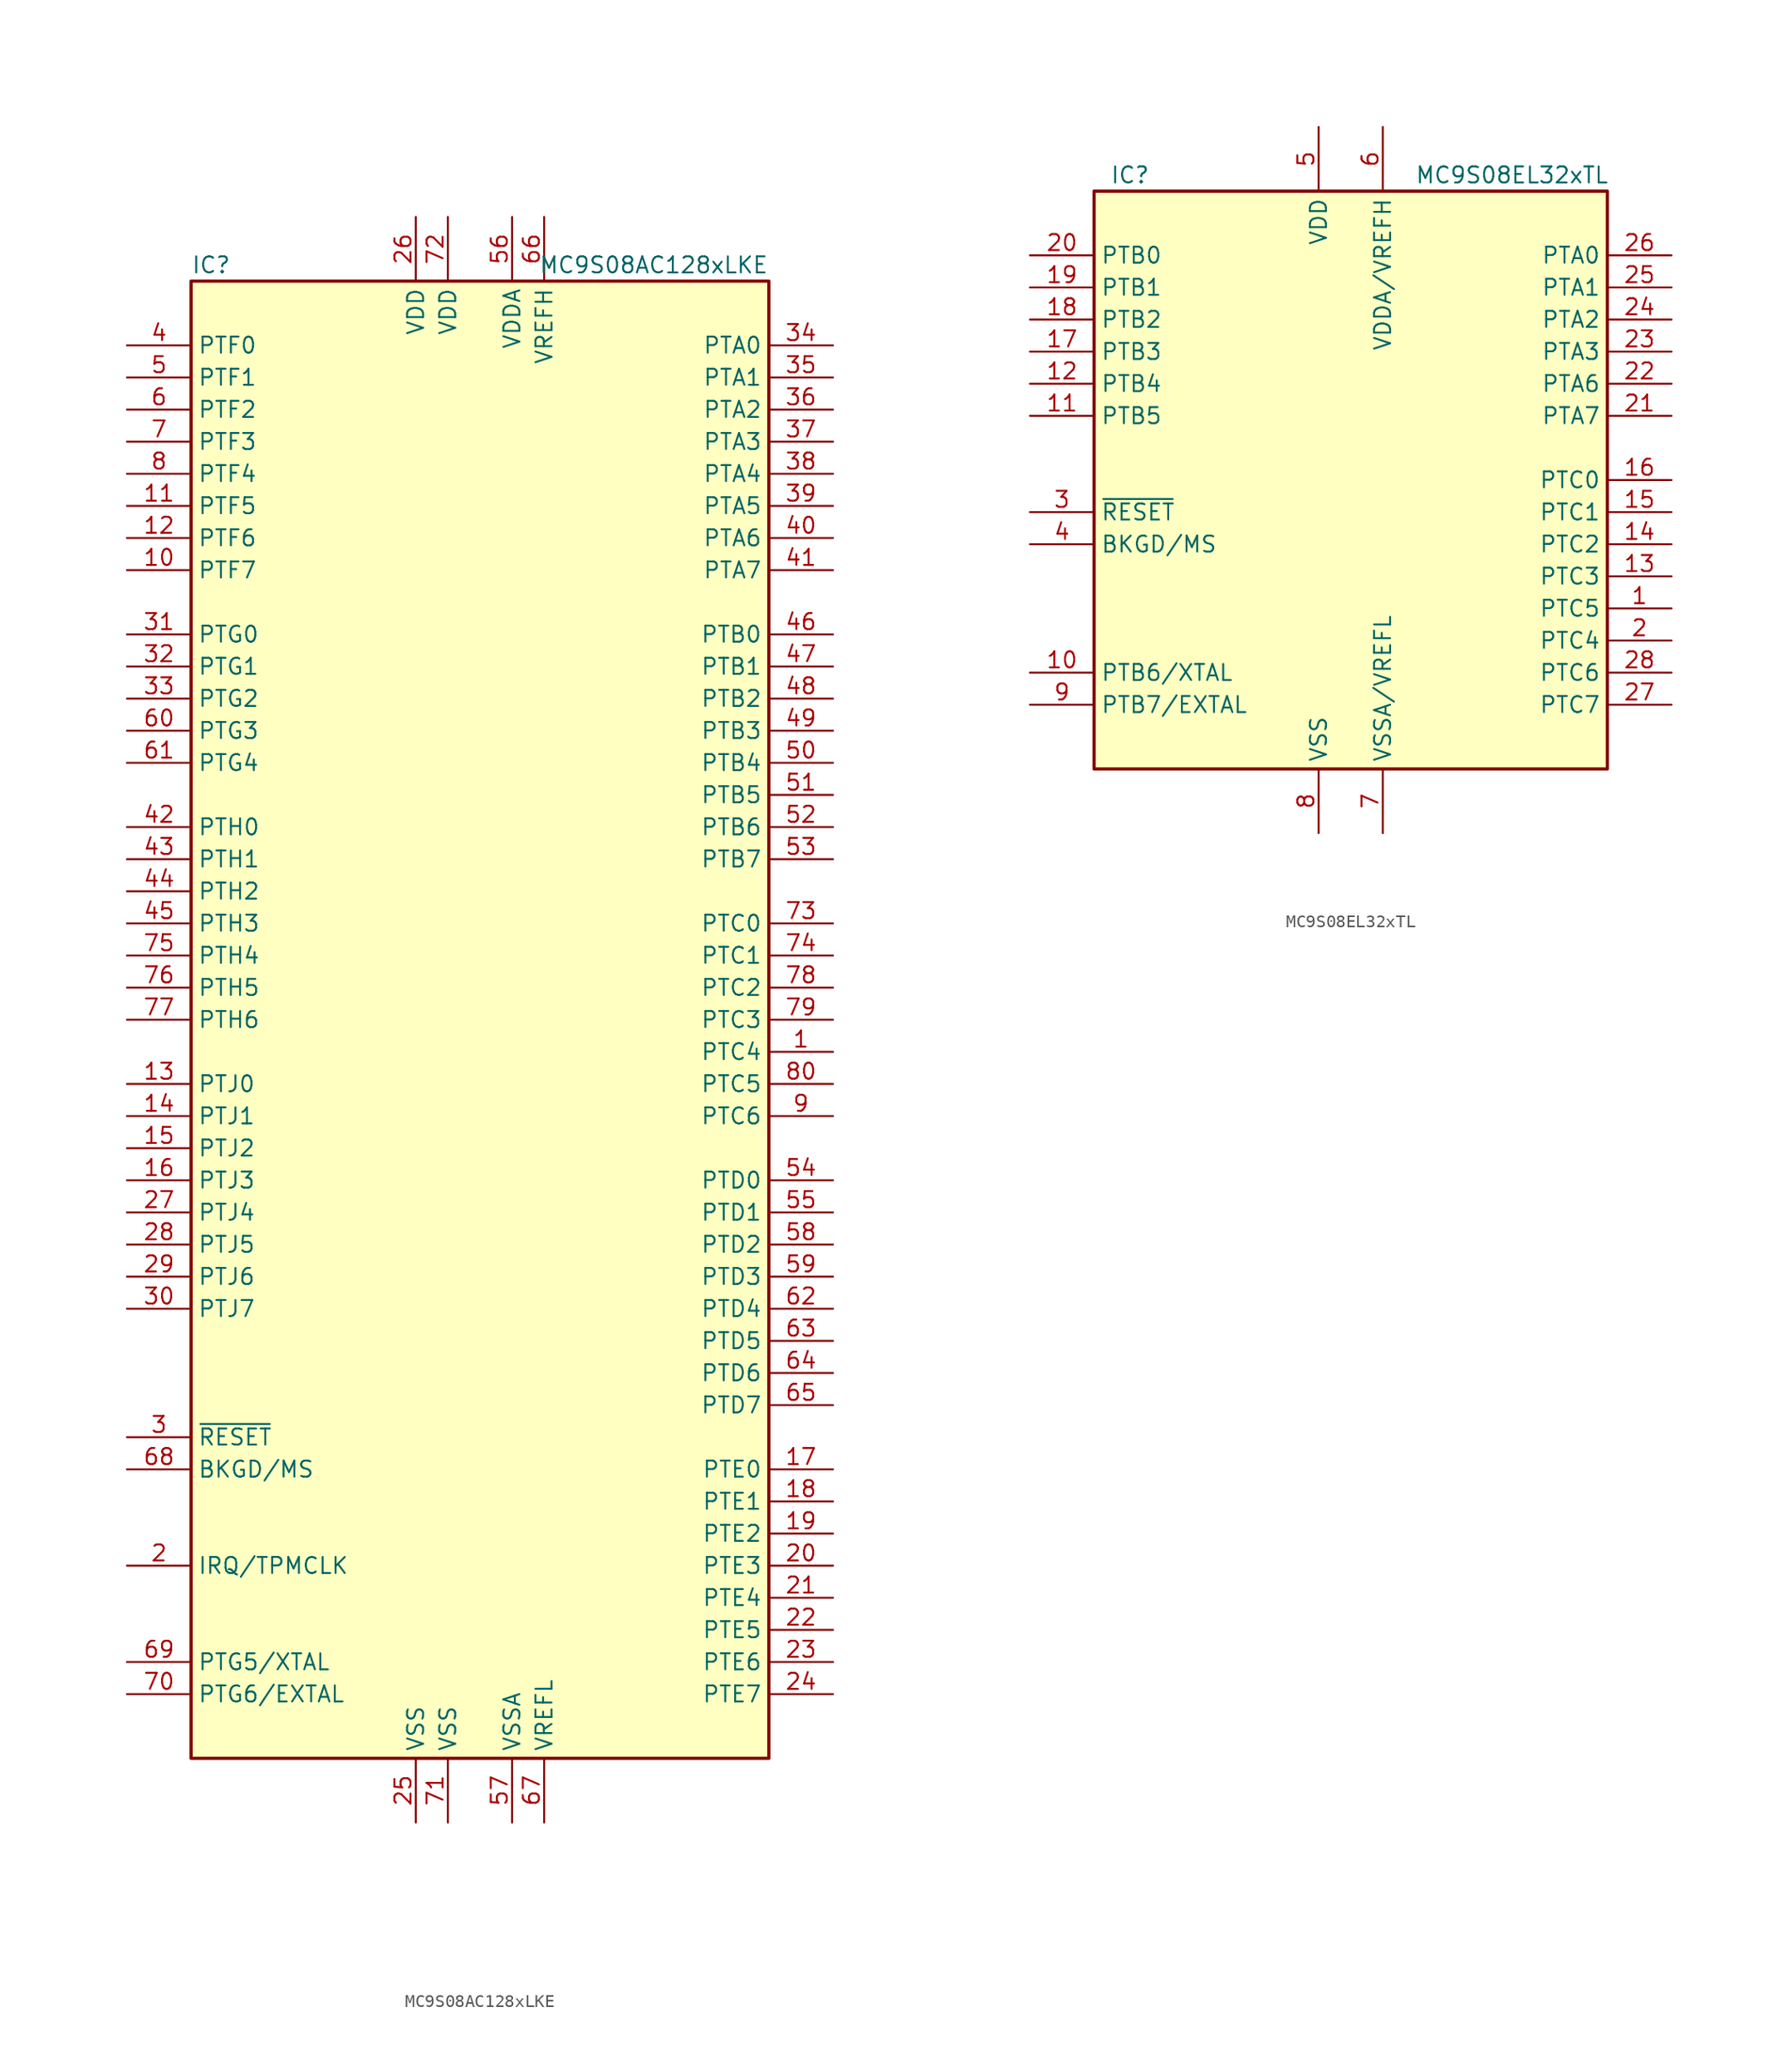
<source format=kicad_sym>
(kicad_symbol_lib
  (version 20231120)
  (generator "kicad_symbol_editor")
  (generator_version "8.0")
  (symbol "MC9S08AC128xLKE"
    (property "Reference" "IC"
      (at -22.86 59.69 0)
      (effects (font (size 1.27 1.27)) (justify left)))
    (property "Value" "MC9S08AC128xLKE"
      (at 22.86 59.69 0)
      (effects (font (size 1.27 1.27)) (justify right)))
    (symbol "MC9S08AC128xLKE_0_1"
      (rectangle (start -22.86 58.42) (end 22.86 -58.42) (stroke (width 0.254) (type default)) (fill (type background))))
    (symbol "MC9S08AC128xLKE_1_1"
      (pin bidirectional line (at 27.94 -2.54 180) (length 5.08) (name "PTC4" (effects (font (size 1.27 1.27)))) (number "1" (effects (font (size 1.27 1.27)))))
      (pin bidirectional line (at -27.94 35.56 0) (length 5.08) (name "PTF7" (effects (font (size 1.27 1.27)))) (number "10" (effects (font (size 1.27 1.27)))))
      (pin bidirectional line (at -27.94 40.64 0) (length 5.08) (name "PTF5" (effects (font (size 1.27 1.27)))) (number "11" (effects (font (size 1.27 1.27)))))
      (pin bidirectional line (at -27.94 38.1 0) (length 5.08) (name "PTF6" (effects (font (size 1.27 1.27)))) (number "12" (effects (font (size 1.27 1.27)))))
      (pin bidirectional line (at -27.94 -5.08 0) (length 5.08) (name "PTJ0" (effects (font (size 1.27 1.27)))) (number "13" (effects (font (size 1.27 1.27)))))
      (pin bidirectional line (at -27.94 -7.62 0) (length 5.08) (name "PTJ1" (effects (font (size 1.27 1.27)))) (number "14" (effects (font (size 1.27 1.27)))))
      (pin bidirectional line (at -27.94 -10.16 0) (length 5.08) (name "PTJ2" (effects (font (size 1.27 1.27)))) (number "15" (effects (font (size 1.27 1.27)))))
      (pin bidirectional line (at -27.94 -12.7 0) (length 5.08) (name "PTJ3" (effects (font (size 1.27 1.27)))) (number "16" (effects (font (size 1.27 1.27)))))
      (pin bidirectional line (at 27.94 -35.56 180) (length 5.08) (name "PTE0" (effects (font (size 1.27 1.27)))) (number "17" (effects (font (size 1.27 1.27)))))
      (pin bidirectional line (at 27.94 -38.1 180) (length 5.08) (name "PTE1" (effects (font (size 1.27 1.27)))) (number "18" (effects (font (size 1.27 1.27)))))
      (pin bidirectional line (at 27.94 -40.64 180) (length 5.08) (name "PTE2" (effects (font (size 1.27 1.27)))) (number "19" (effects (font (size 1.27 1.27)))))
      (pin input line (at -27.94 -43.18 0) (length 5.08) (name "IRQ/TPMCLK" (effects (font (size 1.27 1.27)))) (number "2" (effects (font (size 1.27 1.27)))))
      (pin bidirectional line (at 27.94 -43.18 180) (length 5.08) (name "PTE3" (effects (font (size 1.27 1.27)))) (number "20" (effects (font (size 1.27 1.27)))))
      (pin bidirectional line (at 27.94 -45.72 180) (length 5.08) (name "PTE4" (effects (font (size 1.27 1.27)))) (number "21" (effects (font (size 1.27 1.27)))))
      (pin bidirectional line (at 27.94 -48.26 180) (length 5.08) (name "PTE5" (effects (font (size 1.27 1.27)))) (number "22" (effects (font (size 1.27 1.27)))))
      (pin bidirectional line (at 27.94 -50.8 180) (length 5.08) (name "PTE6" (effects (font (size 1.27 1.27)))) (number "23" (effects (font (size 1.27 1.27)))))
      (pin bidirectional line (at 27.94 -53.34 180) (length 5.08) (name "PTE7" (effects (font (size 1.27 1.27)))) (number "24" (effects (font (size 1.27 1.27)))))
      (pin power_in line (at -5.08 -63.5 90) (length 5.08) (name "VSS" (effects (font (size 1.27 1.27)))) (number "25" (effects (font (size 1.27 1.27)))))
      (pin power_in line (at -5.08 63.5 270) (length 5.08) (name "VDD" (effects (font (size 1.27 1.27)))) (number "26" (effects (font (size 1.27 1.27)))))
      (pin bidirectional line (at -27.94 -15.24 0) (length 5.08) (name "PTJ4" (effects (font (size 1.27 1.27)))) (number "27" (effects (font (size 1.27 1.27)))))
      (pin bidirectional line (at -27.94 -17.78 0) (length 5.08) (name "PTJ5" (effects (font (size 1.27 1.27)))) (number "28" (effects (font (size 1.27 1.27)))))
      (pin bidirectional line (at -27.94 -20.32 0) (length 5.08) (name "PTJ6" (effects (font (size 1.27 1.27)))) (number "29" (effects (font (size 1.27 1.27)))))
      (pin input line (at -27.94 -33.02 0) (length 5.08) (name "~{RESET}" (effects (font (size 1.27 1.27)))) (number "3" (effects (font (size 1.27 1.27)))))
      (pin bidirectional line (at -27.94 -22.86 0) (length 5.08) (name "PTJ7" (effects (font (size 1.27 1.27)))) (number "30" (effects (font (size 1.27 1.27)))))
      (pin bidirectional line (at -27.94 30.48 0) (length 5.08) (name "PTG0" (effects (font (size 1.27 1.27)))) (number "31" (effects (font (size 1.27 1.27)))))
      (pin bidirectional line (at -27.94 27.94 0) (length 5.08) (name "PTG1" (effects (font (size 1.27 1.27)))) (number "32" (effects (font (size 1.27 1.27)))))
      (pin bidirectional line (at -27.94 25.4 0) (length 5.08) (name "PTG2" (effects (font (size 1.27 1.27)))) (number "33" (effects (font (size 1.27 1.27)))))
      (pin bidirectional line (at 27.94 53.34 180) (length 5.08) (name "PTA0" (effects (font (size 1.27 1.27)))) (number "34" (effects (font (size 1.27 1.27)))))
      (pin bidirectional line (at 27.94 50.8 180) (length 5.08) (name "PTA1" (effects (font (size 1.27 1.27)))) (number "35" (effects (font (size 1.27 1.27)))))
      (pin bidirectional line (at 27.94 48.26 180) (length 5.08) (name "PTA2" (effects (font (size 1.27 1.27)))) (number "36" (effects (font (size 1.27 1.27)))))
      (pin bidirectional line (at 27.94 45.72 180) (length 5.08) (name "PTA3" (effects (font (size 1.27 1.27)))) (number "37" (effects (font (size 1.27 1.27)))))
      (pin bidirectional line (at 27.94 43.18 180) (length 5.08) (name "PTA4" (effects (font (size 1.27 1.27)))) (number "38" (effects (font (size 1.27 1.27)))))
      (pin bidirectional line (at 27.94 40.64 180) (length 5.08) (name "PTA5" (effects (font (size 1.27 1.27)))) (number "39" (effects (font (size 1.27 1.27)))))
      (pin bidirectional line (at -27.94 53.34 0) (length 5.08) (name "PTF0" (effects (font (size 1.27 1.27)))) (number "4" (effects (font (size 1.27 1.27)))))
      (pin bidirectional line (at 27.94 38.1 180) (length 5.08) (name "PTA6" (effects (font (size 1.27 1.27)))) (number "40" (effects (font (size 1.27 1.27)))))
      (pin bidirectional line (at 27.94 35.56 180) (length 5.08) (name "PTA7" (effects (font (size 1.27 1.27)))) (number "41" (effects (font (size 1.27 1.27)))))
      (pin bidirectional line (at -27.94 15.24 0) (length 5.08) (name "PTH0" (effects (font (size 1.27 1.27)))) (number "42" (effects (font (size 1.27 1.27)))))
      (pin bidirectional line (at -27.94 12.7 0) (length 5.08) (name "PTH1" (effects (font (size 1.27 1.27)))) (number "43" (effects (font (size 1.27 1.27)))))
      (pin bidirectional line (at -27.94 10.16 0) (length 5.08) (name "PTH2" (effects (font (size 1.27 1.27)))) (number "44" (effects (font (size 1.27 1.27)))))
      (pin bidirectional line (at -27.94 7.62 0) (length 5.08) (name "PTH3" (effects (font (size 1.27 1.27)))) (number "45" (effects (font (size 1.27 1.27)))))
      (pin bidirectional line (at 27.94 30.48 180) (length 5.08) (name "PTB0" (effects (font (size 1.27 1.27)))) (number "46" (effects (font (size 1.27 1.27)))))
      (pin bidirectional line (at 27.94 27.94 180) (length 5.08) (name "PTB1" (effects (font (size 1.27 1.27)))) (number "47" (effects (font (size 1.27 1.27)))))
      (pin bidirectional line (at 27.94 25.4 180) (length 5.08) (name "PTB2" (effects (font (size 1.27 1.27)))) (number "48" (effects (font (size 1.27 1.27)))))
      (pin bidirectional line (at 27.94 22.86 180) (length 5.08) (name "PTB3" (effects (font (size 1.27 1.27)))) (number "49" (effects (font (size 1.27 1.27)))))
      (pin bidirectional line (at -27.94 50.8 0) (length 5.08) (name "PTF1" (effects (font (size 1.27 1.27)))) (number "5" (effects (font (size 1.27 1.27)))))
      (pin bidirectional line (at 27.94 20.32 180) (length 5.08) (name "PTB4" (effects (font (size 1.27 1.27)))) (number "50" (effects (font (size 1.27 1.27)))))
      (pin bidirectional line (at 27.94 17.78 180) (length 5.08) (name "PTB5" (effects (font (size 1.27 1.27)))) (number "51" (effects (font (size 1.27 1.27)))))
      (pin bidirectional line (at 27.94 15.24 180) (length 5.08) (name "PTB6" (effects (font (size 1.27 1.27)))) (number "52" (effects (font (size 1.27 1.27)))))
      (pin bidirectional line (at 27.94 12.7 180) (length 5.08) (name "PTB7" (effects (font (size 1.27 1.27)))) (number "53" (effects (font (size 1.27 1.27)))))
      (pin bidirectional line (at 27.94 -12.7 180) (length 5.08) (name "PTD0" (effects (font (size 1.27 1.27)))) (number "54" (effects (font (size 1.27 1.27)))))
      (pin bidirectional line (at 27.94 -15.24 180) (length 5.08) (name "PTD1" (effects (font (size 1.27 1.27)))) (number "55" (effects (font (size 1.27 1.27)))))
      (pin power_in line (at 2.54 63.5 270) (length 5.08) (name "VDDA" (effects (font (size 1.27 1.27)))) (number "56" (effects (font (size 1.27 1.27)))))
      (pin power_in line (at 2.54 -63.5 90) (length 5.08) (name "VSSA" (effects (font (size 1.27 1.27)))) (number "57" (effects (font (size 1.27 1.27)))))
      (pin bidirectional line (at 27.94 -17.78 180) (length 5.08) (name "PTD2" (effects (font (size 1.27 1.27)))) (number "58" (effects (font (size 1.27 1.27)))))
      (pin bidirectional line (at 27.94 -20.32 180) (length 5.08) (name "PTD3" (effects (font (size 1.27 1.27)))) (number "59" (effects (font (size 1.27 1.27)))))
      (pin bidirectional line (at -27.94 48.26 0) (length 5.08) (name "PTF2" (effects (font (size 1.27 1.27)))) (number "6" (effects (font (size 1.27 1.27)))))
      (pin bidirectional line (at -27.94 22.86 0) (length 5.08) (name "PTG3" (effects (font (size 1.27 1.27)))) (number "60" (effects (font (size 1.27 1.27)))))
      (pin bidirectional line (at -27.94 20.32 0) (length 5.08) (name "PTG4" (effects (font (size 1.27 1.27)))) (number "61" (effects (font (size 1.27 1.27)))))
      (pin bidirectional line (at 27.94 -22.86 180) (length 5.08) (name "PTD4" (effects (font (size 1.27 1.27)))) (number "62" (effects (font (size 1.27 1.27)))))
      (pin bidirectional line (at 27.94 -25.4 180) (length 5.08) (name "PTD5" (effects (font (size 1.27 1.27)))) (number "63" (effects (font (size 1.27 1.27)))))
      (pin bidirectional line (at 27.94 -27.94 180) (length 5.08) (name "PTD6" (effects (font (size 1.27 1.27)))) (number "64" (effects (font (size 1.27 1.27)))))
      (pin bidirectional line (at 27.94 -30.48 180) (length 5.08) (name "PTD7" (effects (font (size 1.27 1.27)))) (number "65" (effects (font (size 1.27 1.27)))))
      (pin power_in line (at 5.08 63.5 270) (length 5.08) (name "VREFH" (effects (font (size 1.27 1.27)))) (number "66" (effects (font (size 1.27 1.27)))))
      (pin power_in line (at 5.08 -63.5 90) (length 5.08) (name "VREFL" (effects (font (size 1.27 1.27)))) (number "67" (effects (font (size 1.27 1.27)))))
      (pin bidirectional line (at -27.94 -35.56 0) (length 5.08) (name "BKGD/MS" (effects (font (size 1.27 1.27)))) (number "68" (effects (font (size 1.27 1.27)))))
      (pin bidirectional line (at -27.94 -50.8 0) (length 5.08) (name "PTG5/XTAL" (effects (font (size 1.27 1.27)))) (number "69" (effects (font (size 1.27 1.27)))))
      (pin bidirectional line (at -27.94 45.72 0) (length 5.08) (name "PTF3" (effects (font (size 1.27 1.27)))) (number "7" (effects (font (size 1.27 1.27)))))
      (pin bidirectional line (at -27.94 -53.34 0) (length 5.08) (name "PTG6/EXTAL" (effects (font (size 1.27 1.27)))) (number "70" (effects (font (size 1.27 1.27)))))
      (pin power_in line (at -2.54 -63.5 90) (length 5.08) (name "VSS" (effects (font (size 1.27 1.27)))) (number "71" (effects (font (size 1.27 1.27)))))
      (pin power_in line (at -2.54 63.5 270) (length 5.08) (name "VDD" (effects (font (size 1.27 1.27)))) (number "72" (effects (font (size 1.27 1.27)))))
      (pin bidirectional line (at 27.94 7.62 180) (length 5.08) (name "PTC0" (effects (font (size 1.27 1.27)))) (number "73" (effects (font (size 1.27 1.27)))))
      (pin bidirectional line (at 27.94 5.08 180) (length 5.08) (name "PTC1" (effects (font (size 1.27 1.27)))) (number "74" (effects (font (size 1.27 1.27)))))
      (pin bidirectional line (at -27.94 5.08 0) (length 5.08) (name "PTH4" (effects (font (size 1.27 1.27)))) (number "75" (effects (font (size 1.27 1.27)))))
      (pin bidirectional line (at -27.94 2.54 0) (length 5.08) (name "PTH5" (effects (font (size 1.27 1.27)))) (number "76" (effects (font (size 1.27 1.27)))))
      (pin bidirectional line (at -27.94 0 0) (length 5.08) (name "PTH6" (effects (font (size 1.27 1.27)))) (number "77" (effects (font (size 1.27 1.27)))))
      (pin bidirectional line (at 27.94 2.54 180) (length 5.08) (name "PTC2" (effects (font (size 1.27 1.27)))) (number "78" (effects (font (size 1.27 1.27)))))
      (pin bidirectional line (at 27.94 0 180) (length 5.08) (name "PTC3" (effects (font (size 1.27 1.27)))) (number "79" (effects (font (size 1.27 1.27)))))
      (pin bidirectional line (at -27.94 43.18 0) (length 5.08) (name "PTF4" (effects (font (size 1.27 1.27)))) (number "8" (effects (font (size 1.27 1.27)))))
      (pin bidirectional line (at 27.94 -5.08 180) (length 5.08) (name "PTC5" (effects (font (size 1.27 1.27)))) (number "80" (effects (font (size 1.27 1.27)))))
      (pin bidirectional line (at 27.94 -7.62 180) (length 5.08) (name "PTC6" (effects (font (size 1.27 1.27)))) (number "9" (effects (font (size 1.27 1.27)))))))
  (symbol "MC9S08EL32xTL"
    (property "Reference" "IC"
      (at -19.05 24.13 0)
      (effects (font (size 1.27 1.27)) (justify left)))
    (property "Value" "MC9S08EL32xTL"
      (at 5.08 24.13 0)
      (effects (font (size 1.27 1.27)) (justify left)))
    (symbol "MC9S08EL32xTL_0_1"
      (rectangle (start -20.32 22.86) (end 20.32 -22.86) (stroke (width 0.254) (type default)) (fill (type background))))
    (symbol "MC9S08EL32xTL_1_1"
      (pin bidirectional line (at 25.4 -10.16 180) (length 5.08) (name "PTC5" (effects (font (size 1.27 1.27)))) (number "1" (effects (font (size 1.27 1.27)))))
      (pin bidirectional line (at -25.4 -15.24 0) (length 5.08) (name "PTB6/XTAL" (effects (font (size 1.27 1.27)))) (number "10" (effects (font (size 1.27 1.27)))))
      (pin bidirectional line (at -25.4 5.08 0) (length 5.08) (name "PTB5" (effects (font (size 1.27 1.27)))) (number "11" (effects (font (size 1.27 1.27)))))
      (pin bidirectional line (at -25.4 7.62 0) (length 5.08) (name "PTB4" (effects (font (size 1.27 1.27)))) (number "12" (effects (font (size 1.27 1.27)))))
      (pin bidirectional line (at 25.4 -7.62 180) (length 5.08) (name "PTC3" (effects (font (size 1.27 1.27)))) (number "13" (effects (font (size 1.27 1.27)))))
      (pin bidirectional line (at 25.4 -5.08 180) (length 5.08) (name "PTC2" (effects (font (size 1.27 1.27)))) (number "14" (effects (font (size 1.27 1.27)))))
      (pin bidirectional line (at 25.4 -2.54 180) (length 5.08) (name "PTC1" (effects (font (size 1.27 1.27)))) (number "15" (effects (font (size 1.27 1.27)))))
      (pin bidirectional line (at 25.4 0 180) (length 5.08) (name "PTC0" (effects (font (size 1.27 1.27)))) (number "16" (effects (font (size 1.27 1.27)))))
      (pin bidirectional line (at -25.4 10.16 0) (length 5.08) (name "PTB3" (effects (font (size 1.27 1.27)))) (number "17" (effects (font (size 1.27 1.27)))))
      (pin bidirectional line (at -25.4 12.7 0) (length 5.08) (name "PTB2" (effects (font (size 1.27 1.27)))) (number "18" (effects (font (size 1.27 1.27)))))
      (pin bidirectional line (at -25.4 15.24 0) (length 5.08) (name "PTB1" (effects (font (size 1.27 1.27)))) (number "19" (effects (font (size 1.27 1.27)))))
      (pin bidirectional line (at 25.4 -12.7 180) (length 5.08) (name "PTC4" (effects (font (size 1.27 1.27)))) (number "2" (effects (font (size 1.27 1.27)))))
      (pin bidirectional line (at -25.4 17.78 0) (length 5.08) (name "PTB0" (effects (font (size 1.27 1.27)))) (number "20" (effects (font (size 1.27 1.27)))))
      (pin bidirectional line (at 25.4 5.08 180) (length 5.08) (name "PTA7" (effects (font (size 1.27 1.27)))) (number "21" (effects (font (size 1.27 1.27)))))
      (pin bidirectional line (at 25.4 7.62 180) (length 5.08) (name "PTA6" (effects (font (size 1.27 1.27)))) (number "22" (effects (font (size 1.27 1.27)))))
      (pin bidirectional line (at 25.4 10.16 180) (length 5.08) (name "PTA3" (effects (font (size 1.27 1.27)))) (number "23" (effects (font (size 1.27 1.27)))))
      (pin bidirectional line (at 25.4 12.7 180) (length 5.08) (name "PTA2" (effects (font (size 1.27 1.27)))) (number "24" (effects (font (size 1.27 1.27)))))
      (pin bidirectional line (at 25.4 15.24 180) (length 5.08) (name "PTA1" (effects (font (size 1.27 1.27)))) (number "25" (effects (font (size 1.27 1.27)))))
      (pin bidirectional line (at 25.4 17.78 180) (length 5.08) (name "PTA0" (effects (font (size 1.27 1.27)))) (number "26" (effects (font (size 1.27 1.27)))))
      (pin bidirectional line (at 25.4 -17.78 180) (length 5.08) (name "PTC7" (effects (font (size 1.27 1.27)))) (number "27" (effects (font (size 1.27 1.27)))))
      (pin bidirectional line (at 25.4 -15.24 180) (length 5.08) (name "PTC6" (effects (font (size 1.27 1.27)))) (number "28" (effects (font (size 1.27 1.27)))))
      (pin input line (at -25.4 -2.54 0) (length 5.08) (name "~{RESET}" (effects (font (size 1.27 1.27)))) (number "3" (effects (font (size 1.27 1.27)))))
      (pin bidirectional line (at -25.4 -5.08 0) (length 5.08) (name "BKGD/MS" (effects (font (size 1.27 1.27)))) (number "4" (effects (font (size 1.27 1.27)))))
      (pin power_in line (at -2.54 27.94 270) (length 5.08) (name "VDD" (effects (font (size 1.27 1.27)))) (number "5" (effects (font (size 1.27 1.27)))))
      (pin power_in line (at 2.54 27.94 270) (length 5.08) (name "VDDA/VREFH" (effects (font (size 1.27 1.27)))) (number "6" (effects (font (size 1.27 1.27)))))
      (pin power_in line (at 2.54 -27.94 90) (length 5.08) (name "VSSA/VREFL" (effects (font (size 1.27 1.27)))) (number "7" (effects (font (size 1.27 1.27)))))
      (pin power_in line (at -2.54 -27.94 90) (length 5.08) (name "VSS" (effects (font (size 1.27 1.27)))) (number "8" (effects (font (size 1.27 1.27)))))
      (pin bidirectional line (at -25.4 -17.78 0) (length 5.08) (name "PTB7/EXTAL" (effects (font (size 1.27 1.27)))) (number "9" (effects (font (size 1.27 1.27))))))))
</source>
